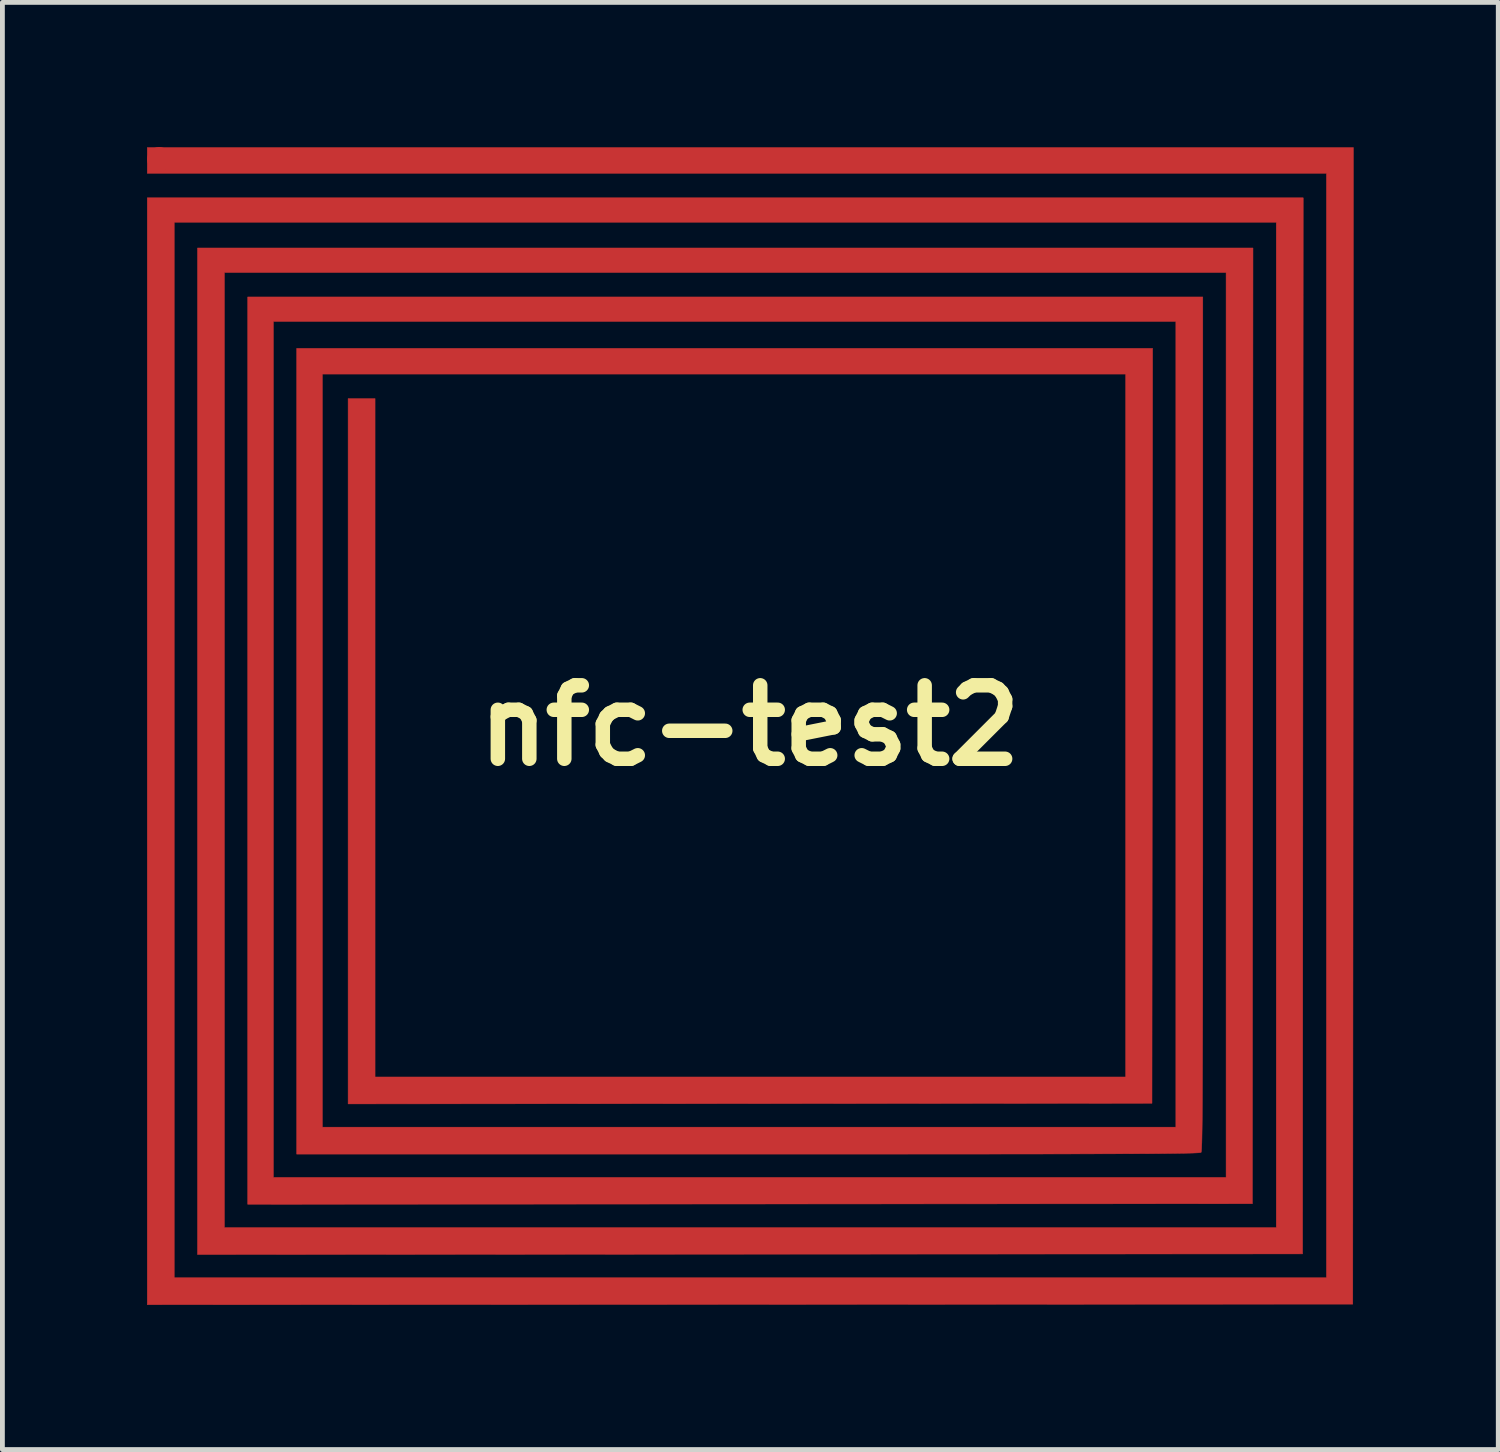
<source format=kicad_pcb>
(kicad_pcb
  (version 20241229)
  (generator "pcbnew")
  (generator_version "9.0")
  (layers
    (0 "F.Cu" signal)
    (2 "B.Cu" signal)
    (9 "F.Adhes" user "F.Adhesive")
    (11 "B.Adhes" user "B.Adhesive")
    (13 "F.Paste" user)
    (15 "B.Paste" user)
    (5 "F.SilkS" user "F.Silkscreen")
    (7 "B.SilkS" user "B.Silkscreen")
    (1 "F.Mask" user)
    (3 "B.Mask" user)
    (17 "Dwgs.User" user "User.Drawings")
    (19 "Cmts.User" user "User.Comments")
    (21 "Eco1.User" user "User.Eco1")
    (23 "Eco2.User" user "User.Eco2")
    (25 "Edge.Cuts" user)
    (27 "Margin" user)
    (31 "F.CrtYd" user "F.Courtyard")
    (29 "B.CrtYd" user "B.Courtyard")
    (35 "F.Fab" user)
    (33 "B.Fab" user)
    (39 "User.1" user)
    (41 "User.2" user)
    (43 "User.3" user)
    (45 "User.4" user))
  (footprint "nfc-test2"
    (layer "F.Cu")
    (at 12.502 12)
    (property "Reference" "nfc-test2" (at 0 0 0) (layer "F.SilkS") (effects (font (size 1.524 1.524) (thickness 0.3))))
    (attr through_hole)
    (fp_poly (pts (xy 12.516 0.006) (xy 12.509 12.002) (xy 0.006 12.008) (xy -12.497 12.014) (xy -12.497 -10.947) (xy -0.508 -10.947) (xy 11.481 -10.947) (xy 11.474 0.006) (xy 11.468 10.96) (xy 0.006 10.966) (xy -11.455 10.973) (xy -11.455 -9.906) (xy 10.439 -9.906) (xy 10.427 9.919) (xy 0.006 9.925) (xy -10.414 9.931) (xy -10.414 -8.89) (xy 9.398 -8.89) (xy 9.398 -0.036) (xy 9.398 0.771) (xy 9.398 1.529) (xy 9.398 2.239) (xy 9.398 2.902) (xy 9.397 3.521) (xy 9.397 4.097) (xy 9.397 4.631) (xy 9.396 5.125) (xy 9.396 5.579) (xy 9.395 5.997) (xy 9.394 6.379) (xy 9.393 6.726) (xy 9.392 7.041) (xy 9.391 7.325) (xy 9.39 7.578) (xy 9.389 7.804) (xy 9.387 8.003) (xy 9.386 8.176) (xy 9.384 8.326) (xy 9.382 8.454) (xy 9.38 8.561) (xy 9.378 8.648) (xy 9.375 8.718) (xy 9.373 8.772) (xy 9.37 8.811) (xy 9.367 8.836) (xy 9.364 8.85) (xy 9.362 8.854) (xy 9.353 8.857) (xy 9.334 8.86) (xy 9.303 8.863) (xy 9.258 8.865) (xy 9.197 8.868) (xy 9.12 8.87) (xy 9.025 8.872) (xy 8.91 8.874) (xy 8.774 8.876) (xy 8.615 8.878) (xy 8.433 8.88) (xy 8.225 8.881) (xy 7.99 8.882) (xy 7.726 8.883) (xy 7.433 8.884) (xy 7.109 8.885) (xy 6.751 8.886) (xy 6.36 8.887) (xy 5.932 8.888) (xy 5.468 8.888) (xy 4.965 8.889) (xy 4.422 8.889) (xy 3.837 8.889) (xy 3.209 8.89) (xy 2.537 8.89) (xy 1.819 8.89) (xy 1.053 8.89) (xy 0.239 8.89) (xy -0.036 8.89) (xy -9.398 8.89) (xy -9.398 -7.823) (xy 8.357 -7.823) (xy 8.35 0.006) (xy 8.344 7.836) (xy -8.331 7.849) (xy -8.331 -6.782) (xy -7.772 -6.782) (xy -7.772 7.29) (xy 7.798 7.29) (xy 7.798 -7.29) (xy -8.865 -7.29) (xy -8.865 8.331) (xy 8.839 8.331) (xy 8.839 -8.382) (xy -9.881 -8.382) (xy -9.881 9.373) (xy 9.881 9.373) (xy 9.881 -9.398) (xy -10.897 -9.398) (xy -10.897 10.414) (xy 10.922 10.414) (xy 10.922 -10.439) (xy -11.938 -10.439) (xy -11.938 11.455) (xy 11.963 11.455) (xy 11.963 -11.455) (xy -12.497 -11.455) (xy -12.497 -11.989) (xy 0.013 -11.989) (xy 12.522 -11.989) (xy 12.516 0.006)) (stroke (width 0.01) (type solid)) (fill yes) (layer "F.Cu"))
    (pad "1" smd circle (at -12.25 -11.75) (size 0.5 0.5) (layers "F.Cu" "F.Mask" "F.Paste"))
    (pad "2" smd circle (at -8.05 -6.5) (size 0.5 0.5) (layers "F.Cu" "F.Mask" "F.Paste")))
  (gr_rect
    (start -3 -3)
    (end 28.029 27.019)
    (stroke (width 0.1) (type default))
    (fill no)
    (layer "Edge.Cuts")))
</source>
